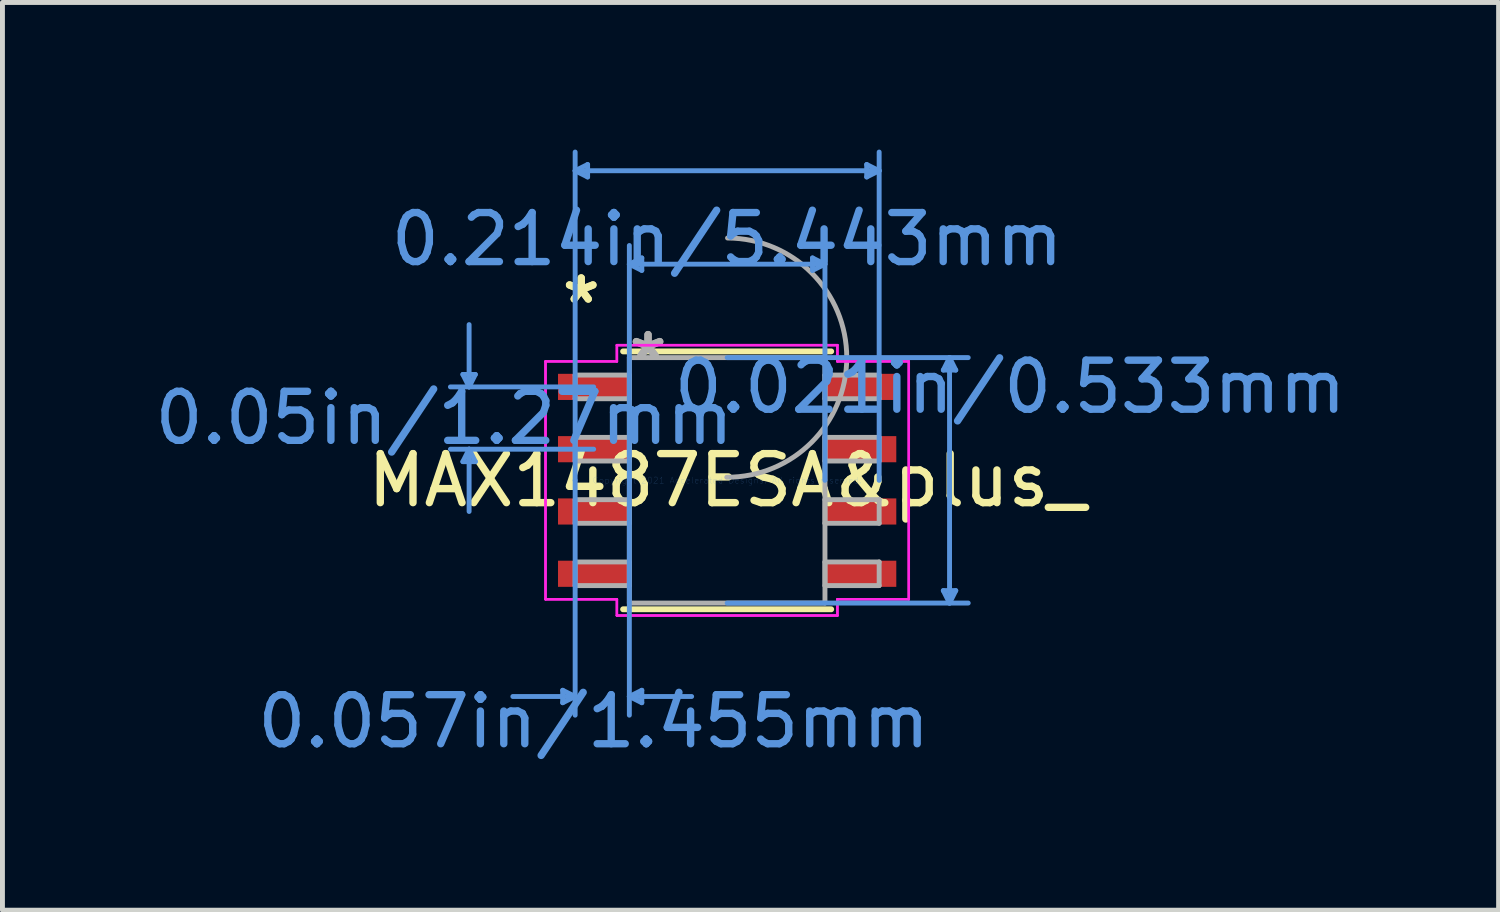
<source format=kicad_pcb>
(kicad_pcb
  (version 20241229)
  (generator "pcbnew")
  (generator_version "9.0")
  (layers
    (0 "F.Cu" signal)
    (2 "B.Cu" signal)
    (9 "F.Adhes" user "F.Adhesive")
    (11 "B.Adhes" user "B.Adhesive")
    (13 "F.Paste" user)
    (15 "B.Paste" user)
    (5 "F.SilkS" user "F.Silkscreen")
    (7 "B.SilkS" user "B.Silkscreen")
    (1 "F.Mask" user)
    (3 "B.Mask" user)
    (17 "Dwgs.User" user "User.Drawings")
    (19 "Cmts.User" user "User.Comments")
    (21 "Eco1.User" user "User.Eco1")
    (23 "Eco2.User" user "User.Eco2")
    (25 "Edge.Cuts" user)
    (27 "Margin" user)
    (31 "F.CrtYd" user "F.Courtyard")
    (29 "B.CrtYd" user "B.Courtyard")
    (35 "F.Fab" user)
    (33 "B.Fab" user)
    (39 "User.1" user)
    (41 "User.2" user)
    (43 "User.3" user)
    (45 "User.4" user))
  (footprint "MAX1487ESA&plus_"
    (layer "F.Cu")
    (at 11.775 6.743)
    (property "Reference" "MAX1487ESA&plus_" (at 0 0 0) (layer "F.SilkS") (effects (font (size 1 1) (thickness 0.15))))
    (attr through_hole)
    (fp_line (start -2.121 2.629) (end 2.121 2.629) (stroke (width 0.12) (type solid)) (layer "F.SilkS"))
    (fp_line (start 2.121 -2.629) (end -2.121 -2.629) (stroke (width 0.12) (type solid)) (layer "F.SilkS"))
    (fp_line (start -5.388 -2.159) (end -5.134 -2.159) (stroke (width 0.1) (type solid)) (layer "Cmts.User"))
    (fp_line (start -5.388 -0.381) (end -5.134 -0.381) (stroke (width 0.1) (type solid)) (layer "Cmts.User"))
    (fp_line (start -5.261 -1.905) (end -5.388 -2.159) (stroke (width 0.1) (type solid)) (layer "Cmts.User"))
    (fp_line (start -5.261 -1.905) (end -5.261 -3.175) (stroke (width 0.1) (type solid)) (layer "Cmts.User"))
    (fp_line (start -5.261 -1.905) (end -5.134 -2.159) (stroke (width 0.1) (type solid)) (layer "Cmts.User"))
    (fp_line (start -5.261 -0.635) (end -5.388 -0.381) (stroke (width 0.1) (type solid)) (layer "Cmts.User"))
    (fp_line (start -5.261 -0.635) (end -5.261 0.635) (stroke (width 0.1) (type solid)) (layer "Cmts.User"))
    (fp_line (start -5.261 -0.635) (end -5.134 -0.381) (stroke (width 0.1) (type solid)) (layer "Cmts.User"))
    (fp_line (start -3.353 4.28) (end -3.353 4.534) (stroke (width 0.1) (type solid)) (layer "Cmts.User"))
    (fp_line (start -3.099 -6.312) (end -2.845 -6.439) (stroke (width 0.1) (type solid)) (layer "Cmts.User"))
    (fp_line (start -3.099 -6.312) (end -2.845 -6.185) (stroke (width 0.1) (type solid)) (layer "Cmts.User"))
    (fp_line (start -3.099 -6.312) (end 3.099 -6.312) (stroke (width 0.1) (type solid)) (layer "Cmts.User"))
    (fp_line (start -3.099 0) (end -3.099 -6.693) (stroke (width 0.1) (type solid)) (layer "Cmts.User"))
    (fp_line (start -3.099 0) (end -3.099 4.788) (stroke (width 0.1) (type solid)) (layer "Cmts.User"))
    (fp_line (start -3.099 4.407) (end -4.369 4.407) (stroke (width 0.1) (type solid)) (layer "Cmts.User"))
    (fp_line (start -3.099 4.407) (end -3.353 4.28) (stroke (width 0.1) (type solid)) (layer "Cmts.User"))
    (fp_line (start -3.099 4.407) (end -3.353 4.534) (stroke (width 0.1) (type solid)) (layer "Cmts.User"))
    (fp_line (start -2.845 -6.439) (end -2.845 -6.185) (stroke (width 0.1) (type solid)) (layer "Cmts.User"))
    (fp_line (start -2.721 -1.905) (end -5.642 -1.905) (stroke (width 0.1) (type solid)) (layer "Cmts.User"))
    (fp_line (start -2.721 -0.635) (end -5.642 -0.635) (stroke (width 0.1) (type solid)) (layer "Cmts.User"))
    (fp_line (start -1.994 -4.407) (end -1.74 -4.534) (stroke (width 0.1) (type solid)) (layer "Cmts.User"))
    (fp_line (start -1.994 -4.407) (end -1.74 -4.28) (stroke (width 0.1) (type solid)) (layer "Cmts.User"))
    (fp_line (start -1.994 -4.407) (end 1.994 -4.407) (stroke (width 0.1) (type solid)) (layer "Cmts.User"))
    (fp_line (start -1.994 0) (end -1.994 -4.788) (stroke (width 0.1) (type solid)) (layer "Cmts.User"))
    (fp_line (start -1.994 0) (end -1.994 4.788) (stroke (width 0.1) (type solid)) (layer "Cmts.User"))
    (fp_line (start -1.994 4.407) (end -1.74 4.28) (stroke (width 0.1) (type solid)) (layer "Cmts.User"))
    (fp_line (start -1.994 4.407) (end -1.74 4.534) (stroke (width 0.1) (type solid)) (layer "Cmts.User"))
    (fp_line (start -1.994 4.407) (end -0.724 4.407) (stroke (width 0.1) (type solid)) (layer "Cmts.User"))
    (fp_line (start -1.74 -4.534) (end -1.74 -4.28) (stroke (width 0.1) (type solid)) (layer "Cmts.User"))
    (fp_line (start -1.74 4.28) (end -1.74 4.534) (stroke (width 0.1) (type solid)) (layer "Cmts.User"))
    (fp_line (start 0 -2.502) (end 4.915 -2.502) (stroke (width 0.1) (type solid)) (layer "Cmts.User"))
    (fp_line (start 0 2.502) (end 4.915 2.502) (stroke (width 0.1) (type solid)) (layer "Cmts.User"))
    (fp_line (start 1.74 -4.534) (end 1.74 -4.28) (stroke (width 0.1) (type solid)) (layer "Cmts.User"))
    (fp_line (start 1.994 -4.407) (end 1.74 -4.534) (stroke (width 0.1) (type solid)) (layer "Cmts.User"))
    (fp_line (start 1.994 -4.407) (end 1.74 -4.28) (stroke (width 0.1) (type solid)) (layer "Cmts.User"))
    (fp_line (start 1.994 0) (end 1.994 -4.788) (stroke (width 0.1) (type solid)) (layer "Cmts.User"))
    (fp_line (start 2.845 -6.439) (end 2.845 -6.185) (stroke (width 0.1) (type solid)) (layer "Cmts.User"))
    (fp_line (start 3.099 -6.312) (end 2.845 -6.439) (stroke (width 0.1) (type solid)) (layer "Cmts.User"))
    (fp_line (start 3.099 -6.312) (end 2.845 -6.185) (stroke (width 0.1) (type solid)) (layer "Cmts.User"))
    (fp_line (start 3.099 0) (end 3.099 -6.693) (stroke (width 0.1) (type solid)) (layer "Cmts.User"))
    (fp_line (start 4.407 -2.248) (end 4.661 -2.248) (stroke (width 0.1) (type solid)) (layer "Cmts.User"))
    (fp_line (start 4.407 2.248) (end 4.661 2.248) (stroke (width 0.1) (type solid)) (layer "Cmts.User"))
    (fp_line (start 4.534 -2.502) (end 4.407 -2.248) (stroke (width 0.1) (type solid)) (layer "Cmts.User"))
    (fp_line (start 4.534 -2.502) (end 4.534 2.502) (stroke (width 0.1) (type solid)) (layer "Cmts.User"))
    (fp_line (start 4.534 -2.502) (end 4.661 -2.248) (stroke (width 0.1) (type solid)) (layer "Cmts.User"))
    (fp_line (start 4.534 2.502) (end 4.407 2.248) (stroke (width 0.1) (type solid)) (layer "Cmts.User"))
    (fp_line (start 4.534 2.502) (end 4.661 2.248) (stroke (width 0.1) (type solid)) (layer "Cmts.User"))
    (fp_line (start -3.703 -2.425) (end -2.248 -2.425) (stroke (width 0.05) (type solid)) (layer "F.CrtYd"))
    (fp_line (start -3.703 -2.425) (end -2.248 -2.425) (stroke (width 0.05) (type solid)) (layer "F.CrtYd"))
    (fp_line (start -3.703 2.425) (end -3.703 -2.425) (stroke (width 0.05) (type solid)) (layer "F.CrtYd"))
    (fp_line (start -3.703 2.425) (end -3.703 -2.425) (stroke (width 0.05) (type solid)) (layer "F.CrtYd"))
    (fp_line (start -3.703 2.425) (end -2.248 2.425) (stroke (width 0.05) (type solid)) (layer "F.CrtYd"))
    (fp_line (start -2.248 -2.756) (end 2.248 -2.756) (stroke (width 0.05) (type solid)) (layer "F.CrtYd"))
    (fp_line (start -2.248 -2.756) (end 2.248 -2.756) (stroke (width 0.05) (type solid)) (layer "F.CrtYd"))
    (fp_line (start -2.248 -2.425) (end -2.248 -2.756) (stroke (width 0.05) (type solid)) (layer "F.CrtYd"))
    (fp_line (start -2.248 -2.425) (end -2.248 -2.756) (stroke (width 0.05) (type solid)) (layer "F.CrtYd"))
    (fp_line (start -2.248 2.425) (end -3.703 2.425) (stroke (width 0.05) (type solid)) (layer "F.CrtYd"))
    (fp_line (start -2.248 2.756) (end -2.248 2.425) (stroke (width 0.05) (type solid)) (layer "F.CrtYd"))
    (fp_line (start -2.248 2.756) (end -2.248 2.425) (stroke (width 0.05) (type solid)) (layer "F.CrtYd"))
    (fp_line (start 2.248 -2.756) (end 2.248 -2.425) (stroke (width 0.05) (type solid)) (layer "F.CrtYd"))
    (fp_line (start 2.248 -2.756) (end 2.248 -2.425) (stroke (width 0.05) (type solid)) (layer "F.CrtYd"))
    (fp_line (start 2.248 -2.425) (end 3.703 -2.425) (stroke (width 0.05) (type solid)) (layer "F.CrtYd"))
    (fp_line (start 2.248 2.425) (end 2.248 2.756) (stroke (width 0.05) (type solid)) (layer "F.CrtYd"))
    (fp_line (start 2.248 2.425) (end 2.248 2.756) (stroke (width 0.05) (type solid)) (layer "F.CrtYd"))
    (fp_line (start 2.248 2.756) (end -2.248 2.756) (stroke (width 0.05) (type solid)) (layer "F.CrtYd"))
    (fp_line (start 2.248 2.756) (end -2.248 2.756) (stroke (width 0.05) (type solid)) (layer "F.CrtYd"))
    (fp_line (start 3.703 -2.425) (end 2.248 -2.425) (stroke (width 0.05) (type solid)) (layer "F.CrtYd"))
    (fp_line (start 3.703 -2.425) (end 3.703 2.425) (stroke (width 0.05) (type solid)) (layer "F.CrtYd"))
    (fp_line (start 3.703 -2.425) (end 3.703 2.425) (stroke (width 0.05) (type solid)) (layer "F.CrtYd"))
    (fp_line (start 3.703 2.425) (end 2.248 2.425) (stroke (width 0.05) (type solid)) (layer "F.CrtYd"))
    (fp_line (start 3.703 2.425) (end 2.248 2.425) (stroke (width 0.05) (type solid)) (layer "F.CrtYd"))
    (fp_line (start -3.099 -2.146) (end -3.099 -1.664) (stroke (width 0.1) (type solid)) (layer "F.Fab"))
    (fp_line (start -3.099 -1.664) (end -1.994 -1.664) (stroke (width 0.1) (type solid)) (layer "F.Fab"))
    (fp_line (start -3.099 -0.876) (end -3.099 -0.394) (stroke (width 0.1) (type solid)) (layer "F.Fab"))
    (fp_line (start -3.099 -0.394) (end -1.994 -0.394) (stroke (width 0.1) (type solid)) (layer "F.Fab"))
    (fp_line (start -3.099 0.394) (end -3.099 0.876) (stroke (width 0.1) (type solid)) (layer "F.Fab"))
    (fp_line (start -3.099 0.876) (end -1.994 0.876) (stroke (width 0.1) (type solid)) (layer "F.Fab"))
    (fp_line (start -3.099 1.664) (end -3.099 2.146) (stroke (width 0.1) (type solid)) (layer "F.Fab"))
    (fp_line (start -3.099 2.146) (end -1.994 2.146) (stroke (width 0.1) (type solid)) (layer "F.Fab"))
    (fp_line (start -1.994 -2.502) (end -1.994 2.502) (stroke (width 0.1) (type solid)) (layer "F.Fab"))
    (fp_line (start -1.994 -2.146) (end -3.099 -2.146) (stroke (width 0.1) (type solid)) (layer "F.Fab"))
    (fp_line (start -1.994 -1.664) (end -1.994 -2.146) (stroke (width 0.1) (type solid)) (layer "F.Fab"))
    (fp_line (start -1.994 -0.876) (end -3.099 -0.876) (stroke (width 0.1) (type solid)) (layer "F.Fab"))
    (fp_line (start -1.994 -0.394) (end -1.994 -0.876) (stroke (width 0.1) (type solid)) (layer "F.Fab"))
    (fp_line (start -1.994 0.394) (end -3.099 0.394) (stroke (width 0.1) (type solid)) (layer "F.Fab"))
    (fp_line (start -1.994 0.876) (end -1.994 0.394) (stroke (width 0.1) (type solid)) (layer "F.Fab"))
    (fp_line (start -1.994 1.664) (end -3.099 1.664) (stroke (width 0.1) (type solid)) (layer "F.Fab"))
    (fp_line (start -1.994 2.146) (end -1.994 1.664) (stroke (width 0.1) (type solid)) (layer "F.Fab"))
    (fp_line (start -1.994 2.502) (end 1.994 2.502) (stroke (width 0.1) (type solid)) (layer "F.Fab"))
    (fp_line (start 1.994 -2.502) (end -1.994 -2.502) (stroke (width 0.1) (type solid)) (layer "F.Fab"))
    (fp_line (start 1.994 -2.146) (end 1.994 -1.664) (stroke (width 0.1) (type solid)) (layer "F.Fab"))
    (fp_line (start 1.994 -1.664) (end 3.099 -1.664) (stroke (width 0.1) (type solid)) (layer "F.Fab"))
    (fp_line (start 1.994 -0.876) (end 1.994 -0.394) (stroke (width 0.1) (type solid)) (layer "F.Fab"))
    (fp_line (start 1.994 -0.394) (end 3.099 -0.394) (stroke (width 0.1) (type solid)) (layer "F.Fab"))
    (fp_line (start 1.994 0.394) (end 1.994 0.876) (stroke (width 0.1) (type solid)) (layer "F.Fab"))
    (fp_line (start 1.994 0.876) (end 3.099 0.876) (stroke (width 0.1) (type solid)) (layer "F.Fab"))
    (fp_line (start 1.994 1.664) (end 1.994 2.146) (stroke (width 0.1) (type solid)) (layer "F.Fab"))
    (fp_line (start 1.994 2.146) (end 3.099 2.146) (stroke (width 0.1) (type solid)) (layer "F.Fab"))
    (fp_line (start 1.994 2.502) (end 1.994 -2.502) (stroke (width 0.1) (type solid)) (layer "F.Fab"))
    (fp_line (start 3.099 -2.146) (end 1.994 -2.146) (stroke (width 0.1) (type solid)) (layer "F.Fab"))
    (fp_line (start 3.099 -1.664) (end 3.099 -2.146) (stroke (width 0.1) (type solid)) (layer "F.Fab"))
    (fp_line (start 3.099 -0.876) (end 1.994 -0.876) (stroke (width 0.1) (type solid)) (layer "F.Fab"))
    (fp_line (start 3.099 -0.394) (end 3.099 -0.876) (stroke (width 0.1) (type solid)) (layer "F.Fab"))
    (fp_line (start 3.099 0.394) (end 1.994 0.394) (stroke (width 0.1) (type solid)) (layer "F.Fab"))
    (fp_line (start 3.099 0.876) (end 3.099 0.394) (stroke (width 0.1) (type solid)) (layer "F.Fab"))
    (fp_line (start 3.099 1.664) (end 1.994 1.664) (stroke (width 0.1) (type solid)) (layer "F.Fab"))
    (fp_line (start 3.099 2.146) (end 3.099 1.664) (stroke (width 0.1) (type solid)) (layer "F.Fab"))
    (fp_arc (start 0.007742 -4.940252) (mid 2.438352 -2.494158) (end -0.007742 -0.063548) (stroke (width 0.1) (type solid)) (layer "F.Fab"))
    (fp_text user "*" (at -2.975 -3.581 0) (layer "F.SilkS") (effects (font (size 1 1) (thickness 0.15))))
    (fp_text user "*" (at -2.975 -3.581 0) (layer "F.SilkS") (effects (font (size 1 1) (thickness 0.15))))
    (fp_text user "Copyright 2021 Accelerated Designs. All rights reserved." (at 0 0 0) (layer "Cmts.User") (effects (font (size 0.127 0.127) (thickness 0.002))))
    (fp_text user "0.214in/5.443mm" (at 0 -4.915 0) (layer "Cmts.User") (effects (font (size 1 1) (thickness 0.15))))
    (fp_text user "0.057in/1.455mm" (at -2.721 4.915 0) (layer "Cmts.User") (effects (font (size 1 1) (thickness 0.15))))
    (fp_text user "0.021in/0.533mm" (at 5.769 -1.905 0) (layer "Cmts.User") (effects (font (size 1 1) (thickness 0.15))))
    (fp_text user "0.05in/1.27mm" (at -5.769 -1.27 0) (layer "Cmts.User") (effects (font (size 1 1) (thickness 0.15))))
    (fp_text user "*" (at -1.613 -2.426 0) (layer "F.Fab") (effects (font (size 1 1) (thickness 0.15))))
    (fp_text user "*" (at -1.613 -2.426 0) (layer "F.Fab") (effects (font (size 1 1) (thickness 0.15))))
    (pad "1" smd rect (at -2.721 -1.905) (size 1.455 0.533) (layers "F.Cu" "F.Mask" "F.Paste"))
    (pad "2" smd rect (at -2.721 -0.635) (size 1.455 0.533) (layers "F.Cu" "F.Mask" "F.Paste"))
    (pad "3" smd rect (at -2.721 0.635) (size 1.455 0.533) (layers "F.Cu" "F.Mask" "F.Paste"))
    (pad "4" smd rect (at -2.721 1.905) (size 1.455 0.533) (layers "F.Cu" "F.Mask" "F.Paste"))
    (pad "5" smd rect (at 2.721 1.905) (size 1.455 0.533) (layers "F.Cu" "F.Mask" "F.Paste"))
    (pad "6" smd rect (at 2.721 0.635) (size 1.455 0.533) (layers "F.Cu" "F.Mask" "F.Paste"))
    (pad "7" smd rect (at 2.721 -0.635) (size 1.455 0.533) (layers "F.Cu" "F.Mask" "F.Paste"))
    (pad "8" smd rect (at 2.721 -1.905) (size 1.455 0.533) (layers "F.Cu" "F.Mask" "F.Paste")))
  (gr_rect
    (start -3 -3)
    (end 27.503 15.506)
    (stroke (width 0.1) (type default))
    (fill no)
    (layer "Edge.Cuts")))
</source>
